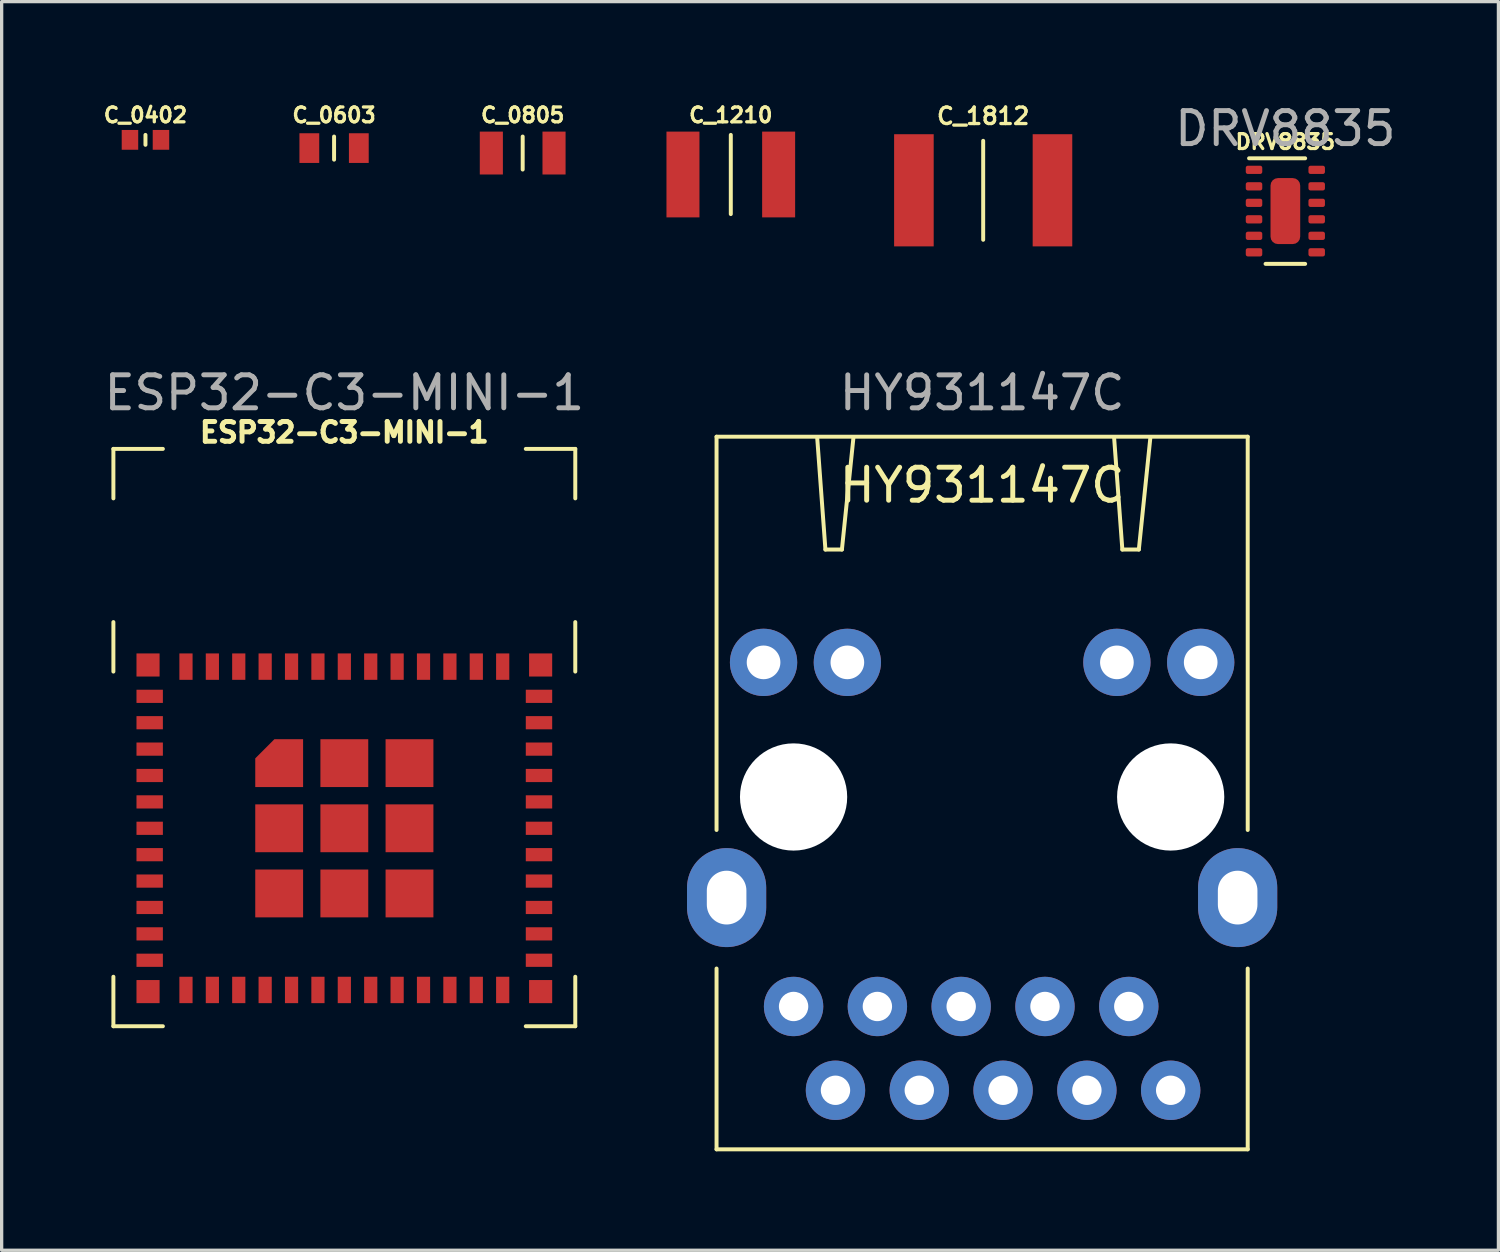
<source format=kicad_pcb>
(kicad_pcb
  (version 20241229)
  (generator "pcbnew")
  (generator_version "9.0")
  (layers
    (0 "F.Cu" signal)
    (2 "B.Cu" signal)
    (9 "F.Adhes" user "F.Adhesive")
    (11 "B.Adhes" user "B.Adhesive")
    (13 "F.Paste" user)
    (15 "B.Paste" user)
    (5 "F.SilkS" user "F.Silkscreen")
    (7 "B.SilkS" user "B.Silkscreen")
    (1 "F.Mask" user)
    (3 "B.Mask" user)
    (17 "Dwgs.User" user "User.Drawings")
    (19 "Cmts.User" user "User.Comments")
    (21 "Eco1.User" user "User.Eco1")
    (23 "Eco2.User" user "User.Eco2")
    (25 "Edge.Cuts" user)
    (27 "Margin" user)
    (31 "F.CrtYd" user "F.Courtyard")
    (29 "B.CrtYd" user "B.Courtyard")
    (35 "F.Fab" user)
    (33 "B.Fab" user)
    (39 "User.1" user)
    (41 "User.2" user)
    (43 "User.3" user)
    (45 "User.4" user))
  (footprint "HY931147C"
    (layer "F.Cu")
    (at 26.719 21.107)
    (property "Reference" "HY931147C" (at 0 -9.45 0) (unlocked yes) (layer "F.SilkS") (effects (font (size 1 1) (thickness 0.15))))
    (attr smd)
    (fp_line (start -8.05 -10.92) (end 8.05 -10.92) (stroke (width 0.12) (type default)) (layer "F.SilkS"))
    (fp_line (start -8.05 1) (end -8.05 -10.92) (stroke (width 0.12) (type default)) (layer "F.SilkS"))
    (fp_line (start -8.05 10.68) (end -8.05 5.2) (stroke (width 0.12) (type default)) (layer "F.SilkS"))
    (fp_line (start -8.05 10.68) (end 8.05 10.68) (stroke (width 0.12) (type default)) (layer "F.SilkS"))
    (fp_line (start -5 -10.9) (end -4.75 -7.5) (stroke (width 0.12) (type default)) (layer "F.SilkS"))
    (fp_line (start -4.75 -7.5) (end -4.25 -7.5) (stroke (width 0.12) (type default)) (layer "F.SilkS"))
    (fp_line (start -4.25 -7.5) (end -3.9 -10.9) (stroke (width 0.12) (type default)) (layer "F.SilkS"))
    (fp_line (start 4 -10.9) (end 4.25 -7.5) (stroke (width 0.12) (type default)) (layer "F.SilkS"))
    (fp_line (start 4.25 -7.5) (end 4.75 -7.5) (stroke (width 0.12) (type default)) (layer "F.SilkS"))
    (fp_line (start 4.75 -7.5) (end 5.1 -10.9) (stroke (width 0.12) (type default)) (layer "F.SilkS"))
    (fp_line (start 8.05 1) (end 8.05 -10.92) (stroke (width 0.12) (type default)) (layer "F.SilkS"))
    (fp_line (start 8.05 10.68) (end 8.05 5.2) (stroke (width 0.12) (type default)) (layer "F.SilkS"))
    (fp_text user "${REFERENCE}" (at 0 -12.25 0) (unlocked yes) (layer "F.Fab") (effects (font (size 1 1) (thickness 0.15))))
    (pad "" np_thru_hole circle (at -5.715 0 90) (size 3.25 3.25) (drill 3.25) (layers "*.Cu" "*.Mask"))
    (pad "" np_thru_hole circle (at 5.715 0 90) (size 3.25 3.25) (drill 3.25) (layers "*.Cu" "*.Mask"))
    (pad "11" thru_hole circle (at 6.625 -4.08 90) (size 2.04 2.04) (drill 1.02) (layers "*.Cu" "*.Mask"))
    (pad "12" thru_hole circle (at 4.085 -4.08 90) (size 2.04 2.04) (drill 1.02) (layers "*.Cu" "*.Mask"))
    (pad "13" thru_hole circle (at -4.085 -4.08 90) (size 2.04 2.04) (drill 1.02) (layers "*.Cu" "*.Mask"))
    (pad "14" thru_hole circle (at -6.625 -4.08 90) (size 2.04 2.04) (drill 1.02) (layers "*.Cu" "*.Mask"))
    (pad "P1" thru_hole circle (at 5.715 8.89 90) (size 1.8 1.8) (drill 0.89) (layers "*.Cu" "*.Mask"))
    (pad "P2" thru_hole circle (at 4.445 6.35 90) (size 1.8 1.8) (drill 0.89) (layers "*.Cu" "*.Mask"))
    (pad "P3" thru_hole circle (at 3.175 8.89 90) (size 1.8 1.8) (drill 0.89) (layers "*.Cu" "*.Mask"))
    (pad "P4" thru_hole circle (at 1.905 6.35 90) (size 1.8 1.8) (drill 0.89) (layers "*.Cu" "*.Mask"))
    (pad "P5" thru_hole circle (at 0.635 8.89 90) (size 1.8 1.8) (drill 0.89) (layers "*.Cu" "*.Mask"))
    (pad "P6" thru_hole circle (at -0.635 6.35 90) (size 1.8 1.8) (drill 0.89) (layers "*.Cu" "*.Mask"))
    (pad "P7" thru_hole circle (at -1.905 8.89 90) (size 1.8 1.8) (drill 0.89) (layers "*.Cu" "*.Mask"))
    (pad "P8" thru_hole circle (at -3.175 6.35 90) (size 1.8 1.8) (drill 0.89) (layers "*.Cu" "*.Mask"))
    (pad "P9" thru_hole circle (at -4.445 8.89 90) (size 1.8 1.8) (drill 0.89) (layers "*.Cu" "*.Mask"))
    (pad "P10" thru_hole circle (at -5.715 6.35 90) (size 1.8 1.8) (drill 0.89) (layers "*.Cu" "*.Mask"))
    (pad "SH" thru_hole oval (at -7.745 3.05 90) (size 3 2.4) (drill oval 1.63 1.2) (layers "*.Cu" "*.Mask"))
    (pad "SH" thru_hole oval (at 7.745 3.05 90) (size 3 2.4) (drill oval 1.63 1.2) (layers "*.Cu" "*.Mask")))
  (footprint "C_0805"
    (layer "F.Cu")
    (at 12.793 1.589)
    (property "Reference" "C_0805" (at 0 -1.15 0) (layer "F.SilkS") (effects (font (size 0.45 0.45) (thickness 0.1))))
    (attr smd)
    (fp_line (start 0 0.5) (end 0 -0.5) (stroke (width 0.12) (type solid)) (layer "F.SilkS"))
    (pad "1" smd rect (at -0.95 0) (size 0.7 1.3) (layers "F.Cu" "F.Mask" "F.Paste"))
    (pad "2" smd rect (at 0.95 0) (size 0.7 1.3) (layers "F.Cu" "F.Mask" "F.Paste")))
  (footprint "C_1210"
    (layer "F.Cu")
    (at 19.101 2.239)
    (property "Reference" "C_1210" (at 0 -1.8 0) (unlocked yes) (layer "F.SilkS") (effects (font (size 0.45 0.45) (thickness 0.1))))
    (attr smd)
    (fp_line (start 0 -1.2) (end 0 1.2) (stroke (width 0.12) (type solid)) (layer "F.SilkS"))
    (pad "1" smd rect (at -1.45 0) (size 1 2.6) (layers "F.Cu" "F.Mask" "F.Paste"))
    (pad "2" smd rect (at 1.45 0) (size 1 2.6) (layers "F.Cu" "F.Mask" "F.Paste")))
  (footprint "C_0603"
    (layer "F.Cu")
    (at 7.076 1.439)
    (property "Reference" "C_0603" (at 0 -1 0) (layer "F.SilkS") (effects (font (size 0.45 0.45) (thickness 0.1))))
    (attr smd)
    (fp_line (start 0 0.35) (end 0 -0.35) (stroke (width 0.12) (type solid)) (layer "F.SilkS"))
    (pad "1" smd rect (at -0.75 0) (size 0.6 0.9) (layers "F.Cu" "F.Mask" "F.Paste"))
    (pad "2" smd rect (at 0.75 0) (size 0.6 0.9) (layers "F.Cu" "F.Mask" "F.Paste")))
  (footprint "ESP32-C3-MINI-1"
    (layer "F.Cu")
    (at 7.387 22.056)
    (property "Reference" "ESP32-C3-MINI-1" (at 0 -12 0) (unlocked yes) (layer "F.SilkS") (effects (font (size 0.6 0.6) (thickness 0.15))))
    (attr smd)
    (fp_line (start -7 -11.5) (end -7 -10) (stroke (width 0.12) (type default)) (layer "F.SilkS"))
    (fp_line (start -7 -6.25) (end -7 -4.75) (stroke (width 0.12) (type default)) (layer "F.SilkS"))
    (fp_line (start -7 4.5) (end -7 6) (stroke (width 0.12) (type default)) (layer "F.SilkS"))
    (fp_line (start -7 6) (end -5.5 6) (stroke (width 0.12) (type default)) (layer "F.SilkS"))
    (fp_line (start -5.5 -11.5) (end -7 -11.5) (stroke (width 0.12) (type default)) (layer "F.SilkS"))
    (fp_line (start 5.5 6) (end 7 6) (stroke (width 0.12) (type default)) (layer "F.SilkS"))
    (fp_line (start 7 -11.5) (end 5.5 -11.5) (stroke (width 0.12) (type default)) (layer "F.SilkS"))
    (fp_line (start 7 -10) (end 7 -11.5) (stroke (width 0.12) (type default)) (layer "F.SilkS"))
    (fp_line (start 7 -6.25) (end 7 -4.75) (stroke (width 0.12) (type default)) (layer "F.SilkS"))
    (fp_line (start 7 6) (end 7 4.5) (stroke (width 0.12) (type default)) (layer "F.SilkS"))
    (fp_line (start -6.6 -11) (end -6.6 5.6) (stroke (width 0.12) (type default)) (layer "Eco1.User"))
    (fp_line (start -6.6 -11) (end 6.6 -11) (stroke (width 0.12) (type default)) (layer "Eco1.User"))
    (fp_line (start -6.6 5.6) (end 6.6 5.6) (stroke (width 0.12) (type default)) (layer "Eco1.User"))
    (fp_line (start 6.5 -5.6) (end -6.5 -5.6) (stroke (width 0.12) (type default)) (layer "Eco1.User"))
    (fp_line (start 6.6 -11) (end 6.6 5.6) (stroke (width 0.12) (type default)) (layer "Eco1.User"))
    (fp_text user "${REFERENCE}" (at 0 -13.2 0) (unlocked yes) (layer "F.Fab") (effects (font (size 1 1) (thickness 0.15))))
    (pad "1" smd rect (at -5.9 -4) (size 0.8 0.4) (layers "F.Cu" "F.Mask" "F.Paste"))
    (pad "2" smd rect (at -5.9 -3.2) (size 0.8 0.4) (layers "F.Cu" "F.Mask" "F.Paste"))
    (pad "3" smd rect (at -5.9 -2.4) (size 0.8 0.4) (layers "F.Cu" "F.Mask" "F.Paste"))
    (pad "4" smd rect (at -5.9 -1.6) (size 0.8 0.4) (layers "F.Cu" "F.Mask" "F.Paste"))
    (pad "5" smd rect (at -5.9 -0.8) (size 0.8 0.4) (layers "F.Cu" "F.Mask" "F.Paste"))
    (pad "6" smd rect (at -5.9 0) (size 0.8 0.4) (layers "F.Cu" "F.Mask" "F.Paste"))
    (pad "7" smd rect (at -5.9 0.8) (size 0.8 0.4) (layers "F.Cu" "F.Mask" "F.Paste"))
    (pad "8" smd rect (at -5.9 1.6) (size 0.8 0.4) (layers "F.Cu" "F.Mask" "F.Paste"))
    (pad "9" smd rect (at -5.9 2.4) (size 0.8 0.4) (layers "F.Cu" "F.Mask" "F.Paste"))
    (pad "10" smd rect (at -5.9 3.2) (size 0.8 0.4) (layers "F.Cu" "F.Mask" "F.Paste"))
    (pad "11" smd rect (at -5.9 4) (size 0.8 0.4) (layers "F.Cu" "F.Mask" "F.Paste"))
    (pad "12" smd rect (at -4.8 4.9 90) (size 0.8 0.4) (layers "F.Cu" "F.Mask" "F.Paste"))
    (pad "13" smd rect (at -4 4.9 90) (size 0.8 0.4) (layers "F.Cu" "F.Mask" "F.Paste"))
    (pad "14" smd rect (at -3.2 4.9 90) (size 0.8 0.4) (layers "F.Cu" "F.Mask" "F.Paste"))
    (pad "15" smd rect (at -2.4 4.9 90) (size 0.8 0.4) (layers "F.Cu" "F.Mask" "F.Paste"))
    (pad "16" smd rect (at -1.6 4.9 90) (size 0.8 0.4) (layers "F.Cu" "F.Mask" "F.Paste"))
    (pad "17" smd rect (at -0.8 4.9 90) (size 0.8 0.4) (layers "F.Cu" "F.Mask" "F.Paste"))
    (pad "18" smd rect (at 0 4.9 90) (size 0.8 0.4) (layers "F.Cu" "F.Mask" "F.Paste"))
    (pad "19" smd rect (at 0.8 4.9 90) (size 0.8 0.4) (layers "F.Cu" "F.Mask" "F.Paste"))
    (pad "20" smd rect (at 1.6 4.9 90) (size 0.8 0.4) (layers "F.Cu" "F.Mask" "F.Paste"))
    (pad "21" smd rect (at 2.4 4.9 90) (size 0.8 0.4) (layers "F.Cu" "F.Mask" "F.Paste"))
    (pad "22" smd rect (at 3.2 4.9 90) (size 0.8 0.4) (layers "F.Cu" "F.Mask" "F.Paste"))
    (pad "23" smd rect (at 4 4.9 90) (size 0.8 0.4) (layers "F.Cu" "F.Mask" "F.Paste"))
    (pad "24" smd rect (at 4.8 4.9 90) (size 0.8 0.4) (layers "F.Cu" "F.Mask" "F.Paste"))
    (pad "25" smd rect (at 5.9 4) (size 0.8 0.4) (layers "F.Cu" "F.Mask" "F.Paste"))
    (pad "26" smd rect (at 5.9 3.2) (size 0.8 0.4) (layers "F.Cu" "F.Mask" "F.Paste"))
    (pad "27" smd rect (at 5.9 2.4) (size 0.8 0.4) (layers "F.Cu" "F.Mask" "F.Paste"))
    (pad "28" smd rect (at 5.9 1.6) (size 0.8 0.4) (layers "F.Cu" "F.Mask" "F.Paste"))
    (pad "29" smd rect (at 5.9 0.8) (size 0.8 0.4) (layers "F.Cu" "F.Mask" "F.Paste"))
    (pad "30" smd rect (at 5.9 0) (size 0.8 0.4) (layers "F.Cu" "F.Mask" "F.Paste"))
    (pad "31" smd rect (at 5.9 -0.8) (size 0.8 0.4) (layers "F.Cu" "F.Mask" "F.Paste"))
    (pad "32" smd rect (at 5.9 -1.6) (size 0.8 0.4) (layers "F.Cu" "F.Mask" "F.Paste"))
    (pad "33" smd rect (at 5.9 -2.4) (size 0.8 0.4) (layers "F.Cu" "F.Mask" "F.Paste"))
    (pad "34" smd rect (at 5.9 -3.2) (size 0.8 0.4) (layers "F.Cu" "F.Mask" "F.Paste"))
    (pad "35" smd rect (at 5.9 -4) (size 0.8 0.4) (layers "F.Cu" "F.Mask" "F.Paste"))
    (pad "36" smd rect (at 4.8 -4.9 90) (size 0.8 0.4) (layers "F.Cu" "F.Mask" "F.Paste"))
    (pad "37" smd rect (at 4 -4.9 90) (size 0.8 0.4) (layers "F.Cu" "F.Mask" "F.Paste"))
    (pad "38" smd rect (at 3.2 -4.9 90) (size 0.8 0.4) (layers "F.Cu" "F.Mask" "F.Paste"))
    (pad "39" smd rect (at 2.4 -4.9 90) (size 0.8 0.4) (layers "F.Cu" "F.Mask" "F.Paste"))
    (pad "40" smd rect (at 1.6 -4.9 90) (size 0.8 0.4) (layers "F.Cu" "F.Mask" "F.Paste"))
    (pad "41" smd rect (at 0.8 -4.9 90) (size 0.8 0.4) (layers "F.Cu" "F.Mask" "F.Paste"))
    (pad "42" smd rect (at 0 -4.9 90) (size 0.8 0.4) (layers "F.Cu" "F.Mask" "F.Paste"))
    (pad "43" smd rect (at -0.8 -4.9 90) (size 0.8 0.4) (layers "F.Cu" "F.Mask" "F.Paste"))
    (pad "44" smd rect (at -1.6 -4.9 90) (size 0.8 0.4) (layers "F.Cu" "F.Mask" "F.Paste"))
    (pad "45" smd rect (at -2.4 -4.9 90) (size 0.8 0.4) (layers "F.Cu" "F.Mask" "F.Paste"))
    (pad "46" smd rect (at -3.2 -4.9 90) (size 0.8 0.4) (layers "F.Cu" "F.Mask" "F.Paste"))
    (pad "47" smd rect (at -4 -4.9 90) (size 0.8 0.4) (layers "F.Cu" "F.Mask" "F.Paste"))
    (pad "48" smd rect (at -4.8 -4.9 90) (size 0.8 0.4) (layers "F.Cu" "F.Mask" "F.Paste"))
    (pad "49" smd roundrect (at -1.975 -1.975) (size 1.45 1.45) (layers "F.Cu" "F.Mask" "F.Paste") (roundrect_rratio 0) (chamfer_ratio 0.4) (chamfer top_left))
    (pad "49" smd rect (at -1.975 0) (size 1.45 1.45) (layers "F.Cu" "F.Mask" "F.Paste"))
    (pad "49" smd rect (at -1.975 1.975) (size 1.45 1.45) (layers "F.Cu" "F.Mask" "F.Paste"))
    (pad "49" smd rect (at 0 -1.975) (size 1.45 1.45) (layers "F.Cu" "F.Mask" "F.Paste"))
    (pad "49" smd rect (at 0 0) (size 1.45 1.45) (layers "F.Cu" "F.Mask" "F.Paste"))
    (pad "49" smd rect (at 0 1.975) (size 1.45 1.45) (layers "F.Cu" "F.Mask" "F.Paste"))
    (pad "49" smd rect (at 1.975 -1.975) (size 1.45 1.45) (layers "F.Cu" "F.Mask" "F.Paste"))
    (pad "49" smd rect (at 1.975 0) (size 1.45 1.45) (layers "F.Cu" "F.Mask" "F.Paste"))
    (pad "49" smd rect (at 1.975 1.975) (size 1.45 1.45) (layers "F.Cu" "F.Mask" "F.Paste"))
    (pad "50" smd rect (at 5.95 -4.95) (size 0.7 0.7) (layers "F.Cu" "F.Mask" "F.Paste"))
    (pad "51" smd rect (at 5.95 4.95) (size 0.7 0.7) (layers "F.Cu" "F.Mask" "F.Paste"))
    (pad "52" smd rect (at -5.95 4.95) (size 0.7 0.7) (layers "F.Cu" "F.Mask" "F.Paste"))
    (pad "53" smd rect (at -5.95 -4.95) (size 0.7 0.7) (layers "F.Cu" "F.Mask" "F.Paste")))
  (footprint "C_1812"
    (layer "F.Cu")
    (at 26.751 2.718)
    (property "Reference" "C_1812" (at 0 -2.25 0) (layer "F.SilkS") (effects (font (size 0.5 0.5) (thickness 0.1))))
    (attr through_hole)
    (fp_line (start 0 -1.5) (end 0 1.5) (stroke (width 0.12) (type solid)) (layer "F.SilkS"))
    (pad "1" smd rect (at 2.1 0) (size 1.2 3.4) (layers "F.Cu" "F.Mask" "F.Paste"))
    (pad "2" smd rect (at -2.1 0) (size 1.2 3.4) (layers "F.Cu" "F.Mask" "F.Paste")))
  (footprint "DRV8835"
    (layer "F.Cu")
    (at 35.91 3.348)
    (property "Reference" "DRV8835" (at 0 -2.1 0) (unlocked yes) (layer "F.SilkS") (effects (font (size 0.45 0.45) (thickness 0.1))))
    (attr smd)
    (fp_line (start -0.6 1.6) (end 0.6 1.6) (stroke (width 0.12) (type solid)) (layer "F.SilkS"))
    (fp_line (start 0.6 -1.6) (end -1.1 -1.6) (stroke (width 0.12) (type solid)) (layer "F.SilkS"))
    (fp_text user "${REFERENCE}" (at 0 -2.5 0) (unlocked yes) (layer "F.Fab") (effects (font (size 1 1) (thickness 0.15))))
    (pad "1" smd roundrect (at -0.95 -1.25 90) (size 0.25 0.5) (layers "F.Cu" "F.Mask" "F.Paste") (roundrect_rratio 0.25))
    (pad "2" smd roundrect (at -0.95 -0.75 90) (size 0.25 0.5) (layers "F.Cu" "F.Mask" "F.Paste") (roundrect_rratio 0.25))
    (pad "3" smd roundrect (at -0.95 -0.25 90) (size 0.25 0.5) (layers "F.Cu" "F.Mask" "F.Paste") (roundrect_rratio 0.25))
    (pad "4" smd roundrect (at -0.95 0.25 90) (size 0.25 0.5) (layers "F.Cu" "F.Mask" "F.Paste") (roundrect_rratio 0.25))
    (pad "5" smd roundrect (at -0.95 0.75 90) (size 0.25 0.5) (layers "F.Cu" "F.Mask" "F.Paste") (roundrect_rratio 0.25))
    (pad "6" smd roundrect (at -0.95 1.25 90) (size 0.25 0.5) (layers "F.Cu" "F.Mask" "F.Paste") (roundrect_rratio 0.25))
    (pad "7" smd roundrect (at 0.95 1.25 90) (size 0.25 0.5) (layers "F.Cu" "F.Mask" "F.Paste") (roundrect_rratio 0.25))
    (pad "8" smd roundrect (at 0.95 0.75 90) (size 0.25 0.5) (layers "F.Cu" "F.Mask" "F.Paste") (roundrect_rratio 0.25))
    (pad "9" smd roundrect (at 0.95 0.25 90) (size 0.25 0.5) (layers "F.Cu" "F.Mask" "F.Paste") (roundrect_rratio 0.25))
    (pad "10" smd roundrect (at 0.95 -0.25 90) (size 0.25 0.5) (layers "F.Cu" "F.Mask" "F.Paste") (roundrect_rratio 0.25))
    (pad "11" smd roundrect (at 0.95 -0.75 90) (size 0.25 0.5) (layers "F.Cu" "F.Mask" "F.Paste") (roundrect_rratio 0.25))
    (pad "12" smd roundrect (at 0.95 -1.25 90) (size 0.25 0.5) (layers "F.Cu" "F.Mask" "F.Paste") (roundrect_rratio 0.25))
    (pad "13" smd roundrect (at 0 0) (size 0.9 2) (layers "F.Cu" "F.Mask" "F.Paste") (roundrect_rratio 0.25)))
  (footprint "C_0402"
    (layer "F.Cu")
    (at 1.359 1.189)
    (property "Reference" "C_0402" (at 0 -0.75 0) (layer "F.SilkS") (effects (font (size 0.45 0.45) (thickness 0.1))))
    (attr smd)
    (fp_line (start 0 0.15) (end 0 -0.15) (stroke (width 0.12) (type solid)) (layer "F.SilkS"))
    (pad "1" smd rect (at -0.47 0) (size 0.5 0.6) (layers "F.Cu" "F.Mask" "F.Paste"))
    (pad "2" smd rect (at 0.47 0) (size 0.5 0.6) (layers "F.Cu" "F.Mask" "F.Paste")))
  (gr_rect
    (start -3 -3)
    (end 42.368 34.846)
    (stroke (width 0.1) (type default))
    (fill no)
    (layer "Edge.Cuts")))
</source>
